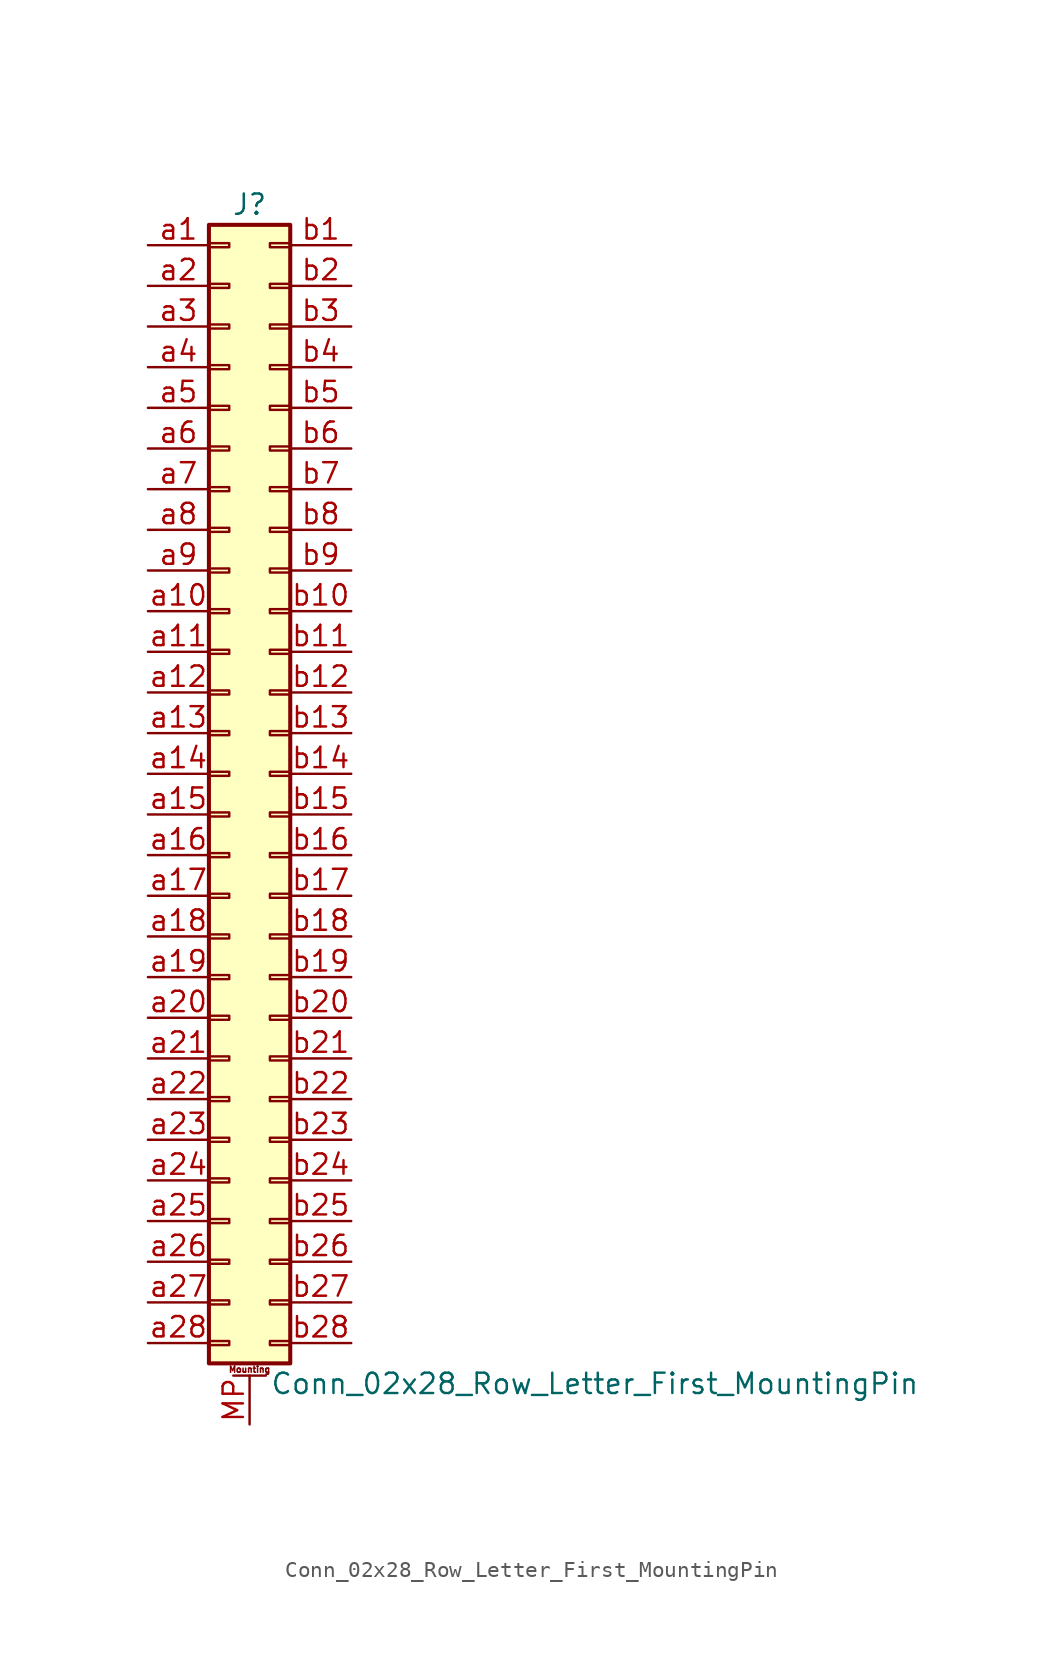
<source format=kicad_sym>
(kicad_symbol_lib
  (version 20201005)
  (generator kicad_symbol_editor)
  (symbol "Connector_Generic_MountingPin:Conn_02x28_Row_Letter_First_MountingPin"
    (pin_names
      (offset 1.016) hide)
    (property "Reference" "J"
      (at 1.27 35.56 0)
      (effects (font (size 1.27 1.27))))
    (property "Value" "Conn_02x28_Row_Letter_First_MountingPin"
      (at 2.54 -38.1 0)
      (effects (font (size 1.27 1.27)) (justify left)))
    (symbol "Conn_02x28_Row_Letter_First_MountingPin_1_1"
      (text "Mounting" (at 1.27 -37.211 0) (effects (font (size 0.381 0.381))))
      (rectangle (start -1.27 -27.813) (end 0 -28.067) (stroke (width 0.152)) (fill (type none)))
      (rectangle (start -1.27 -30.353) (end 0 -30.607) (stroke (width 0.152)) (fill (type none)))
      (rectangle (start -1.27 -32.893) (end 0 -33.147) (stroke (width 0.152)) (fill (type none)))
      (rectangle (start -1.27 -35.433) (end 0 -35.687) (stroke (width 0.152)) (fill (type none)))
      (rectangle (start -1.27 -4.953) (end 0 -5.207) (stroke (width 0.152)) (fill (type none)))
      (rectangle (start -1.27 -7.493) (end 0 -7.747) (stroke (width 0.152)) (fill (type none)))
      (rectangle (start -1.27 -10.033) (end 0 -10.287) (stroke (width 0.152)) (fill (type none)))
      (rectangle (start -1.27 -12.573) (end 0 -12.827) (stroke (width 0.152)) (fill (type none)))
      (rectangle (start -1.27 -15.113) (end 0 -15.367) (stroke (width 0.152)) (fill (type none)))
      (rectangle (start -1.27 -17.653) (end 0 -17.907) (stroke (width 0.152)) (fill (type none)))
      (rectangle (start -1.27 -20.193) (end 0 -20.447) (stroke (width 0.152)) (fill (type none)))
      (rectangle (start -1.27 -22.733) (end 0 -22.987) (stroke (width 0.152)) (fill (type none)))
      (rectangle (start -1.27 -2.413) (end 0 -2.667) (stroke (width 0.152)) (fill (type none)))
      (rectangle (start -1.27 -25.273) (end 0 -25.527) (stroke (width 0.152)) (fill (type none)))
      (rectangle (start -1.27 25.527) (end 0 25.273) (stroke (width 0.152)) (fill (type none)))
      (rectangle (start -1.27 2.667) (end 0 2.413) (stroke (width 0.152)) (fill (type none)))
      (rectangle (start -1.27 28.067) (end 0 27.813) (stroke (width 0.152)) (fill (type none)))
      (rectangle (start -1.27 30.607) (end 0 30.353) (stroke (width 0.152)) (fill (type none)))
      (rectangle (start -1.27 33.147) (end 0 32.893) (stroke (width 0.152)) (fill (type none)))
      (rectangle (start -1.27 34.29) (end 3.81 -36.83) (stroke (width 0.254)) (fill (type background)))
      (rectangle (start -1.27 5.207) (end 0 4.953) (stroke (width 0.152)) (fill (type none)))
      (rectangle (start -1.27 7.747) (end 0 7.493) (stroke (width 0.152)) (fill (type none)))
      (rectangle (start -1.27 10.287) (end 0 10.033) (stroke (width 0.152)) (fill (type none)))
      (rectangle (start -1.27 0.127) (end 0 -0.127) (stroke (width 0.152)) (fill (type none)))
      (rectangle (start -1.27 12.827) (end 0 12.573) (stroke (width 0.152)) (fill (type none)))
      (rectangle (start -1.27 15.367) (end 0 15.113) (stroke (width 0.152)) (fill (type none)))
      (rectangle (start -1.27 17.907) (end 0 17.653) (stroke (width 0.152)) (fill (type none)))
      (rectangle (start -1.27 20.447) (end 0 20.193) (stroke (width 0.152)) (fill (type none)))
      (rectangle (start -1.27 22.987) (end 0 22.733) (stroke (width 0.152)) (fill (type none)))
      (rectangle (start 3.81 -27.813) (end 2.54 -28.067) (stroke (width 0.152)) (fill (type none)))
      (rectangle (start 3.81 -30.353) (end 2.54 -30.607) (stroke (width 0.152)) (fill (type none)))
      (rectangle (start 3.81 -32.893) (end 2.54 -33.147) (stroke (width 0.152)) (fill (type none)))
      (rectangle (start 3.81 -35.433) (end 2.54 -35.687) (stroke (width 0.152)) (fill (type none)))
      (rectangle (start 3.81 -4.953) (end 2.54 -5.207) (stroke (width 0.152)) (fill (type none)))
      (rectangle (start 3.81 -7.493) (end 2.54 -7.747) (stroke (width 0.152)) (fill (type none)))
      (rectangle (start 3.81 -10.033) (end 2.54 -10.287) (stroke (width 0.152)) (fill (type none)))
      (rectangle (start 3.81 -12.573) (end 2.54 -12.827) (stroke (width 0.152)) (fill (type none)))
      (rectangle (start 3.81 -15.113) (end 2.54 -15.367) (stroke (width 0.152)) (fill (type none)))
      (rectangle (start 3.81 -17.653) (end 2.54 -17.907) (stroke (width 0.152)) (fill (type none)))
      (rectangle (start 3.81 -20.193) (end 2.54 -20.447) (stroke (width 0.152)) (fill (type none)))
      (rectangle (start 3.81 -22.733) (end 2.54 -22.987) (stroke (width 0.152)) (fill (type none)))
      (rectangle (start 3.81 -2.413) (end 2.54 -2.667) (stroke (width 0.152)) (fill (type none)))
      (rectangle (start 3.81 -25.273) (end 2.54 -25.527) (stroke (width 0.152)) (fill (type none)))
      (rectangle (start 3.81 25.527) (end 2.54 25.273) (stroke (width 0.152)) (fill (type none)))
      (rectangle (start 3.81 2.667) (end 2.54 2.413) (stroke (width 0.152)) (fill (type none)))
      (rectangle (start 3.81 28.067) (end 2.54 27.813) (stroke (width 0.152)) (fill (type none)))
      (rectangle (start 3.81 30.607) (end 2.54 30.353) (stroke (width 0.152)) (fill (type none)))
      (rectangle (start 3.81 33.147) (end 2.54 32.893) (stroke (width 0.152)) (fill (type none)))
      (rectangle (start 3.81 5.207) (end 2.54 4.953) (stroke (width 0.152)) (fill (type none)))
      (rectangle (start 3.81 7.747) (end 2.54 7.493) (stroke (width 0.152)) (fill (type none)))
      (rectangle (start 3.81 10.287) (end 2.54 10.033) (stroke (width 0.152)) (fill (type none)))
      (rectangle (start 3.81 0.127) (end 2.54 -0.127) (stroke (width 0.152)) (fill (type none)))
      (rectangle (start 3.81 12.827) (end 2.54 12.573) (stroke (width 0.152)) (fill (type none)))
      (rectangle (start 3.81 15.367) (end 2.54 15.113) (stroke (width 0.152)) (fill (type none)))
      (rectangle (start 3.81 17.907) (end 2.54 17.653) (stroke (width 0.152)) (fill (type none)))
      (rectangle (start 3.81 20.447) (end 2.54 20.193) (stroke (width 0.152)) (fill (type none)))
      (rectangle (start 3.81 22.987) (end 2.54 22.733) (stroke (width 0.152)) (fill (type none)))
      (polyline (pts (xy 0.254 -37.592) (xy 2.286 -37.592)) (stroke (width 0.152)) (fill (type none)))
      (pin passive line (at 1.27 -40.64 90) (length 3.048) (name "MountPin" (effects (font (size 1.27 1.27)))) (number "MP" (effects (font (size 1.27 1.27)))))
      (pin passive line (at -5.08 33.02 0) (length 3.81) (name "Pin_a1" (effects (font (size 1.27 1.27)))) (number "a1" (effects (font (size 1.27 1.27)))))
      (pin passive line (at -5.08 10.16 0) (length 3.81) (name "Pin_a10" (effects (font (size 1.27 1.27)))) (number "a10" (effects (font (size 1.27 1.27)))))
      (pin passive line (at -5.08 7.62 0) (length 3.81) (name "Pin_a11" (effects (font (size 1.27 1.27)))) (number "a11" (effects (font (size 1.27 1.27)))))
      (pin passive line (at -5.08 5.08 0) (length 3.81) (name "Pin_a12" (effects (font (size 1.27 1.27)))) (number "a12" (effects (font (size 1.27 1.27)))))
      (pin passive line (at -5.08 2.54 0) (length 3.81) (name "Pin_a13" (effects (font (size 1.27 1.27)))) (number "a13" (effects (font (size 1.27 1.27)))))
      (pin passive line (at -5.08 0 0) (length 3.81) (name "Pin_a14" (effects (font (size 1.27 1.27)))) (number "a14" (effects (font (size 1.27 1.27)))))
      (pin passive line (at -5.08 -2.54 0) (length 3.81) (name "Pin_a15" (effects (font (size 1.27 1.27)))) (number "a15" (effects (font (size 1.27 1.27)))))
      (pin passive line (at -5.08 -5.08 0) (length 3.81) (name "Pin_a16" (effects (font (size 1.27 1.27)))) (number "a16" (effects (font (size 1.27 1.27)))))
      (pin passive line (at -5.08 -7.62 0) (length 3.81) (name "Pin_a17" (effects (font (size 1.27 1.27)))) (number "a17" (effects (font (size 1.27 1.27)))))
      (pin passive line (at -5.08 -10.16 0) (length 3.81) (name "Pin_a18" (effects (font (size 1.27 1.27)))) (number "a18" (effects (font (size 1.27 1.27)))))
      (pin passive line (at -5.08 -12.7 0) (length 3.81) (name "Pin_a19" (effects (font (size 1.27 1.27)))) (number "a19" (effects (font (size 1.27 1.27)))))
      (pin passive line (at -5.08 30.48 0) (length 3.81) (name "Pin_a2" (effects (font (size 1.27 1.27)))) (number "a2" (effects (font (size 1.27 1.27)))))
      (pin passive line (at -5.08 -15.24 0) (length 3.81) (name "Pin_a20" (effects (font (size 1.27 1.27)))) (number "a20" (effects (font (size 1.27 1.27)))))
      (pin passive line (at -5.08 -17.78 0) (length 3.81) (name "Pin_a21" (effects (font (size 1.27 1.27)))) (number "a21" (effects (font (size 1.27 1.27)))))
      (pin passive line (at -5.08 -20.32 0) (length 3.81) (name "Pin_a22" (effects (font (size 1.27 1.27)))) (number "a22" (effects (font (size 1.27 1.27)))))
      (pin passive line (at -5.08 -22.86 0) (length 3.81) (name "Pin_a23" (effects (font (size 1.27 1.27)))) (number "a23" (effects (font (size 1.27 1.27)))))
      (pin passive line (at -5.08 -25.4 0) (length 3.81) (name "Pin_a24" (effects (font (size 1.27 1.27)))) (number "a24" (effects (font (size 1.27 1.27)))))
      (pin passive line (at -5.08 -27.94 0) (length 3.81) (name "Pin_a25" (effects (font (size 1.27 1.27)))) (number "a25" (effects (font (size 1.27 1.27)))))
      (pin passive line (at -5.08 -30.48 0) (length 3.81) (name "Pin_a26" (effects (font (size 1.27 1.27)))) (number "a26" (effects (font (size 1.27 1.27)))))
      (pin passive line (at -5.08 -33.02 0) (length 3.81) (name "Pin_a27" (effects (font (size 1.27 1.27)))) (number "a27" (effects (font (size 1.27 1.27)))))
      (pin passive line (at -5.08 -35.56 0) (length 3.81) (name "Pin_a28" (effects (font (size 1.27 1.27)))) (number "a28" (effects (font (size 1.27 1.27)))))
      (pin passive line (at -5.08 27.94 0) (length 3.81) (name "Pin_a3" (effects (font (size 1.27 1.27)))) (number "a3" (effects (font (size 1.27 1.27)))))
      (pin passive line (at -5.08 25.4 0) (length 3.81) (name "Pin_a4" (effects (font (size 1.27 1.27)))) (number "a4" (effects (font (size 1.27 1.27)))))
      (pin passive line (at -5.08 22.86 0) (length 3.81) (name "Pin_a5" (effects (font (size 1.27 1.27)))) (number "a5" (effects (font (size 1.27 1.27)))))
      (pin passive line (at -5.08 20.32 0) (length 3.81) (name "Pin_a6" (effects (font (size 1.27 1.27)))) (number "a6" (effects (font (size 1.27 1.27)))))
      (pin passive line (at -5.08 17.78 0) (length 3.81) (name "Pin_a7" (effects (font (size 1.27 1.27)))) (number "a7" (effects (font (size 1.27 1.27)))))
      (pin passive line (at -5.08 15.24 0) (length 3.81) (name "Pin_a8" (effects (font (size 1.27 1.27)))) (number "a8" (effects (font (size 1.27 1.27)))))
      (pin passive line (at -5.08 12.7 0) (length 3.81) (name "Pin_a9" (effects (font (size 1.27 1.27)))) (number "a9" (effects (font (size 1.27 1.27)))))
      (pin passive line (at 7.62 33.02 180) (length 3.81) (name "Pin_b1" (effects (font (size 1.27 1.27)))) (number "b1" (effects (font (size 1.27 1.27)))))
      (pin passive line (at 7.62 10.16 180) (length 3.81) (name "Pin_b10" (effects (font (size 1.27 1.27)))) (number "b10" (effects (font (size 1.27 1.27)))))
      (pin passive line (at 7.62 7.62 180) (length 3.81) (name "Pin_b11" (effects (font (size 1.27 1.27)))) (number "b11" (effects (font (size 1.27 1.27)))))
      (pin passive line (at 7.62 5.08 180) (length 3.81) (name "Pin_b12" (effects (font (size 1.27 1.27)))) (number "b12" (effects (font (size 1.27 1.27)))))
      (pin passive line (at 7.62 2.54 180) (length 3.81) (name "Pin_b13" (effects (font (size 1.27 1.27)))) (number "b13" (effects (font (size 1.27 1.27)))))
      (pin passive line (at 7.62 0 180) (length 3.81) (name "Pin_b14" (effects (font (size 1.27 1.27)))) (number "b14" (effects (font (size 1.27 1.27)))))
      (pin passive line (at 7.62 -2.54 180) (length 3.81) (name "Pin_b15" (effects (font (size 1.27 1.27)))) (number "b15" (effects (font (size 1.27 1.27)))))
      (pin passive line (at 7.62 -5.08 180) (length 3.81) (name "Pin_b16" (effects (font (size 1.27 1.27)))) (number "b16" (effects (font (size 1.27 1.27)))))
      (pin passive line (at 7.62 -7.62 180) (length 3.81) (name "Pin_b17" (effects (font (size 1.27 1.27)))) (number "b17" (effects (font (size 1.27 1.27)))))
      (pin passive line (at 7.62 -10.16 180) (length 3.81) (name "Pin_b18" (effects (font (size 1.27 1.27)))) (number "b18" (effects (font (size 1.27 1.27)))))
      (pin passive line (at 7.62 -12.7 180) (length 3.81) (name "Pin_b19" (effects (font (size 1.27 1.27)))) (number "b19" (effects (font (size 1.27 1.27)))))
      (pin passive line (at 7.62 30.48 180) (length 3.81) (name "Pin_b2" (effects (font (size 1.27 1.27)))) (number "b2" (effects (font (size 1.27 1.27)))))
      (pin passive line (at 7.62 -15.24 180) (length 3.81) (name "Pin_b20" (effects (font (size 1.27 1.27)))) (number "b20" (effects (font (size 1.27 1.27)))))
      (pin passive line (at 7.62 -17.78 180) (length 3.81) (name "Pin_b21" (effects (font (size 1.27 1.27)))) (number "b21" (effects (font (size 1.27 1.27)))))
      (pin passive line (at 7.62 -20.32 180) (length 3.81) (name "Pin_b22" (effects (font (size 1.27 1.27)))) (number "b22" (effects (font (size 1.27 1.27)))))
      (pin passive line (at 7.62 -22.86 180) (length 3.81) (name "Pin_b23" (effects (font (size 1.27 1.27)))) (number "b23" (effects (font (size 1.27 1.27)))))
      (pin passive line (at 7.62 -25.4 180) (length 3.81) (name "Pin_b24" (effects (font (size 1.27 1.27)))) (number "b24" (effects (font (size 1.27 1.27)))))
      (pin passive line (at 7.62 -27.94 180) (length 3.81) (name "Pin_b25" (effects (font (size 1.27 1.27)))) (number "b25" (effects (font (size 1.27 1.27)))))
      (pin passive line (at 7.62 -30.48 180) (length 3.81) (name "Pin_b26" (effects (font (size 1.27 1.27)))) (number "b26" (effects (font (size 1.27 1.27)))))
      (pin passive line (at 7.62 -33.02 180) (length 3.81) (name "Pin_b27" (effects (font (size 1.27 1.27)))) (number "b27" (effects (font (size 1.27 1.27)))))
      (pin passive line (at 7.62 -35.56 180) (length 3.81) (name "Pin_b28" (effects (font (size 1.27 1.27)))) (number "b28" (effects (font (size 1.27 1.27)))))
      (pin passive line (at 7.62 27.94 180) (length 3.81) (name "Pin_b3" (effects (font (size 1.27 1.27)))) (number "b3" (effects (font (size 1.27 1.27)))))
      (pin passive line (at 7.62 25.4 180) (length 3.81) (name "Pin_b4" (effects (font (size 1.27 1.27)))) (number "b4" (effects (font (size 1.27 1.27)))))
      (pin passive line (at 7.62 22.86 180) (length 3.81) (name "Pin_b5" (effects (font (size 1.27 1.27)))) (number "b5" (effects (font (size 1.27 1.27)))))
      (pin passive line (at 7.62 20.32 180) (length 3.81) (name "Pin_b6" (effects (font (size 1.27 1.27)))) (number "b6" (effects (font (size 1.27 1.27)))))
      (pin passive line (at 7.62 17.78 180) (length 3.81) (name "Pin_b7" (effects (font (size 1.27 1.27)))) (number "b7" (effects (font (size 1.27 1.27)))))
      (pin passive line (at 7.62 15.24 180) (length 3.81) (name "Pin_b8" (effects (font (size 1.27 1.27)))) (number "b8" (effects (font (size 1.27 1.27)))))
      (pin passive line (at 7.62 12.7 180) (length 3.81) (name "Pin_b9" (effects (font (size 1.27 1.27)))) (number "b9" (effects (font (size 1.27 1.27))))))))
</source>
